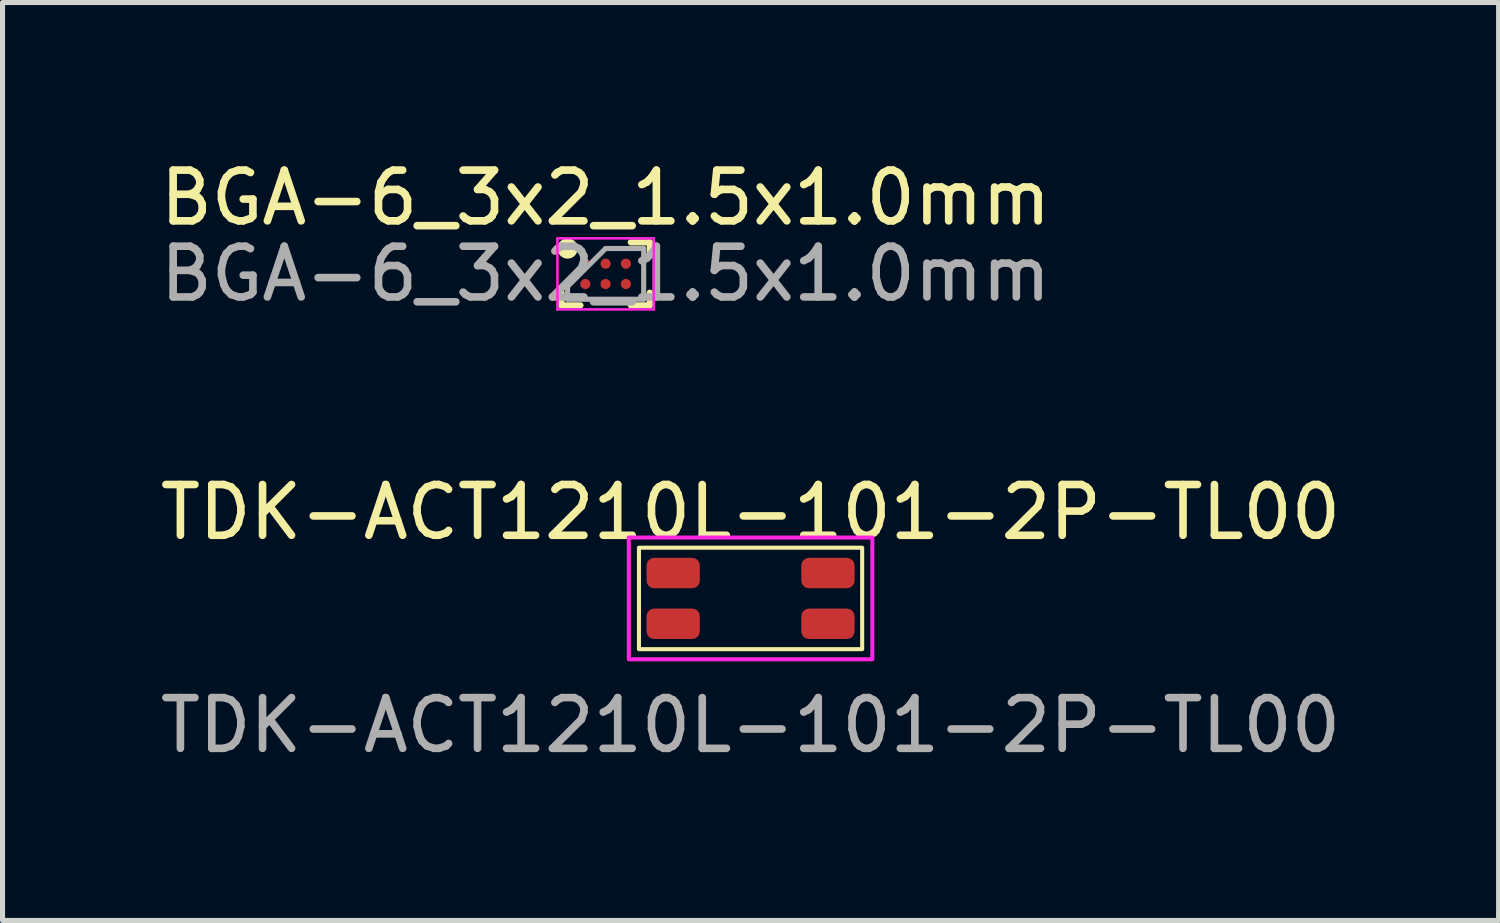
<source format=kicad_pcb>
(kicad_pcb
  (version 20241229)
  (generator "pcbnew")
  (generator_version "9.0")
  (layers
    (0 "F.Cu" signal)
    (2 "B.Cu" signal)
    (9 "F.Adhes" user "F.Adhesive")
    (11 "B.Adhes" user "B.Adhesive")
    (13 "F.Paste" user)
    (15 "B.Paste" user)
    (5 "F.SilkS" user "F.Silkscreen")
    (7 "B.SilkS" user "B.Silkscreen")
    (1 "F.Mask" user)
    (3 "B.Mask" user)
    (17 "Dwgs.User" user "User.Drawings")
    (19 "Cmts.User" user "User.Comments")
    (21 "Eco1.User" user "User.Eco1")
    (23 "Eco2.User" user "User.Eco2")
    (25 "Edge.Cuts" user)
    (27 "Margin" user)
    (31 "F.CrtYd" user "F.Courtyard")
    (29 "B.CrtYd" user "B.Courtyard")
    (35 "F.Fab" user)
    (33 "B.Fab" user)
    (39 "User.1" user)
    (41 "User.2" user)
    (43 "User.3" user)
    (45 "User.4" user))
  (footprint "BGA-6_3x2_1.5x1.0mm"
    (layer "F.Cu")
    (at 8.887 2.348)
    (property "Reference" "BGA-6_3x2_1.5x1.0mm" (at 0 -1.5 0) (unlocked yes) (layer "F.SilkS") (effects (font (size 1 1) (thickness 0.15))))
    (attr smd)
    (fp_line (start -0.87 0.62) (end -0.87 0.37) (stroke (width 0.12) (type default)) (layer "F.SilkS"))
    (fp_line (start -0.495 0.62) (end -0.87 0.62) (stroke (width 0.12) (type default)) (layer "F.SilkS"))
    (fp_line (start 0.495 -0.62) (end 0.87 -0.62) (stroke (width 0.12) (type default)) (layer "F.SilkS"))
    (fp_line (start 0.495 0.62) (end 0.87 0.62) (stroke (width 0.12) (type default)) (layer "F.SilkS"))
    (fp_line (start 0.87 -0.62) (end 0.87 -0.37) (stroke (width 0.12) (type default)) (layer "F.SilkS"))
    (fp_line (start 0.87 0.62) (end 0.87 0.37) (stroke (width 0.12) (type default)) (layer "F.SilkS"))
    (fp_circle (center -0.75 -0.5) (end -0.75 -0.4) (stroke (width 0.2) (type default)) (fill no) (layer "F.SilkS"))
    (fp_line (start -0.95 -0.7) (end 0.95 -0.7) (stroke (width 0.05) (type default)) (layer "F.CrtYd"))
    (fp_line (start -0.95 0.7) (end -0.95 -0.7) (stroke (width 0.05) (type default)) (layer "F.CrtYd"))
    (fp_line (start 0.95 -0.7) (end 0.95 0.7) (stroke (width 0.05) (type default)) (layer "F.CrtYd"))
    (fp_line (start 0.95 0.7) (end -0.95 0.7) (stroke (width 0.05) (type default)) (layer "F.CrtYd"))
    (fp_line (start -0.75 0.25) (end -0.75 0.5) (stroke (width 0.1) (type default)) (layer "F.Fab"))
    (fp_line (start -0.75 0.5) (end 0.75 0.5) (stroke (width 0.1) (type default)) (layer "F.Fab"))
    (fp_line (start 0 -0.5) (end -0.75 0.25) (stroke (width 0.1) (type default)) (layer "F.Fab"))
    (fp_line (start 0.75 -0.5) (end 0 -0.5) (stroke (width 0.1) (type default)) (layer "F.Fab"))
    (fp_line (start 0.75 0.5) (end 0.75 -0.5) (stroke (width 0.1) (type default)) (layer "F.Fab"))
    (fp_text user "${REFERENCE}" (at 0 0 0) (layer "F.Fab") (effects (font (size 1 1) (thickness 0.15))))
    (pad "A1" smd circle (at -0.4 -0.2) (size 0.2 0.2) (layers "F.Cu" "F.Mask" "F.Paste"))
    (pad "A2" smd circle (at 0 -0.2) (size 0.2 0.2) (layers "F.Cu" "F.Mask" "F.Paste"))
    (pad "A3" smd circle (at 0.4 -0.2) (size 0.2 0.2) (layers "F.Cu" "F.Mask" "F.Paste"))
    (pad "B1" smd circle (at -0.4 0.2) (size 0.2 0.2) (layers "F.Cu" "F.Mask" "F.Paste"))
    (pad "B2" smd circle (at 0 0.2) (size 0.2 0.2) (layers "F.Cu" "F.Mask" "F.Paste"))
    (pad "B3" smd circle (at 0.4 0.2) (size 0.2 0.2) (layers "F.Cu" "F.Mask" "F.Paste")))
  (footprint "TDK-ACT1210L-101-2P-TL00"
    (layer "F.Cu")
    (at 11.744 8.745)
    (property "Reference" "TDK-ACT1210L-101-2P-TL00" (at 0 -1.7 0) (unlocked yes) (layer "F.SilkS") (effects (font (size 1 1) (thickness 0.15))))
    (attr smd)
    (fp_rect (start -2.2 -1) (end 2.2 1) (stroke (width 0.08) (type default)) (fill no) (layer "F.SilkS"))
    (fp_rect (start -2.4 -1.2) (end 2.4 1.2) (stroke (width 0.08) (type default)) (fill no) (layer "F.CrtYd"))
    (fp_text user "${REFERENCE}" (at 0 2.5 0) (unlocked yes) (layer "F.Fab") (effects (font (size 1 1) (thickness 0.15))))
    (pad "1" smd roundrect (at -1.525 -0.5) (size 1.05 0.6) (layers "F.Cu" "F.Mask" "F.Paste") (roundrect_rratio 0.25))
    (pad "2" smd roundrect (at 1.525 -0.5) (size 1.05 0.6) (layers "F.Cu" "F.Mask" "F.Paste") (roundrect_rratio 0.25))
    (pad "3" smd roundrect (at -1.525 0.5) (size 1.05 0.6) (layers "F.Cu" "F.Mask" "F.Paste") (roundrect_rratio 0.25))
    (pad "4" smd roundrect (at 1.525 0.5) (size 1.05 0.6) (layers "F.Cu" "F.Mask" "F.Paste") (roundrect_rratio 0.25)))
  (gr_rect
    (start -3 -3)
    (end 26.488 15.093)
    (stroke (width 0.1) (type default))
    (fill no)
    (layer "Edge.Cuts")))
</source>
